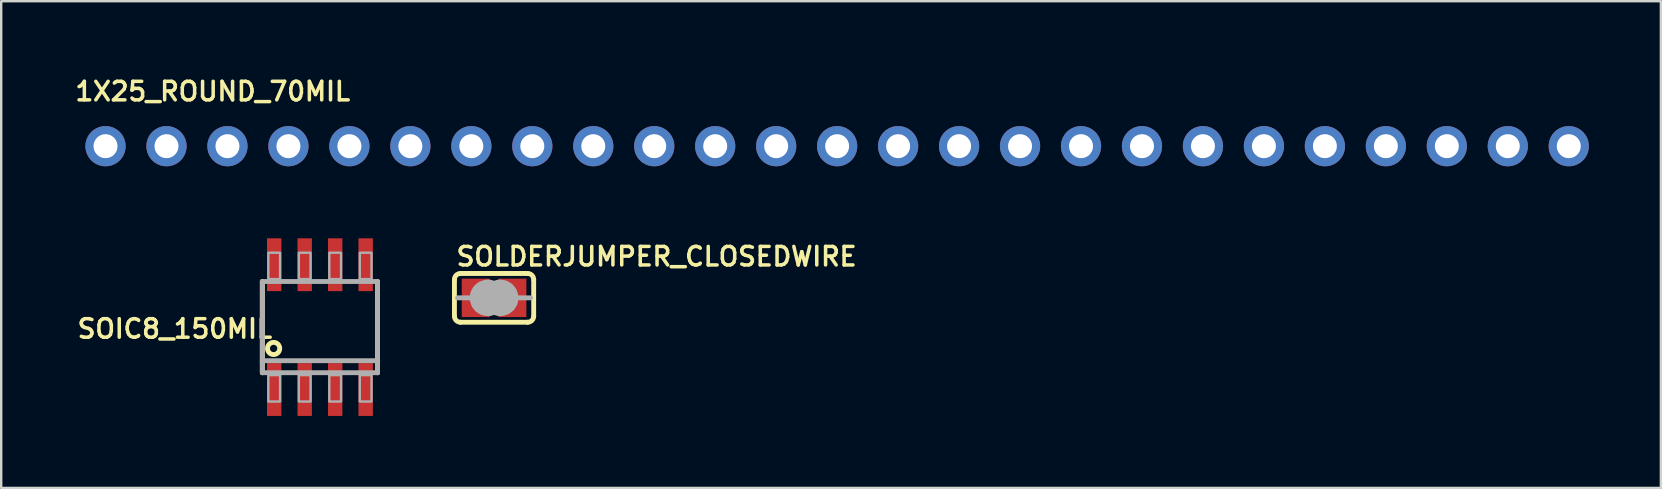
<source format=kicad_pcb>
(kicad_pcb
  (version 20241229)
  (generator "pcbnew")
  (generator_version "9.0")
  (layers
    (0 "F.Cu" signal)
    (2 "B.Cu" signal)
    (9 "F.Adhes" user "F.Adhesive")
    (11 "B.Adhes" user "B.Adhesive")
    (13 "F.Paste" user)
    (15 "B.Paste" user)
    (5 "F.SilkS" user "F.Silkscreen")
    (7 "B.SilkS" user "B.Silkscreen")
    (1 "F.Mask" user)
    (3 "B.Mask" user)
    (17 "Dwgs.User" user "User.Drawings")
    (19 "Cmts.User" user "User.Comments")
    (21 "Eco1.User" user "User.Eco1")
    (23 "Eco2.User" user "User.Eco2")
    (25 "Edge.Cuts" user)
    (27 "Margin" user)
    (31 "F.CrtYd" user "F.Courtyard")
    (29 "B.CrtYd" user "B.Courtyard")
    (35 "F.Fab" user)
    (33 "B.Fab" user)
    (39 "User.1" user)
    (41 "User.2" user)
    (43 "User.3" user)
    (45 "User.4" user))
  (footprint "SOIC8_150MIL"
    (layer "F.Cu")
    (at 10.279 10.578)
    (property "Reference" "SOIC8_150MIL" (at -1.905 -0.381 0) (layer "F.SilkS") (effects (font (size 0.772 0.772) (thickness 0.146)) (justify right top)))
    (attr through_hole)
    (fp_line (start -2.4 1.9) (end -2.4 -1.9) (stroke (width 0.203) (type solid)) (layer "F.SilkS"))
    (fp_line (start 2.4 -1.9) (end 2.4 1.9) (stroke (width 0.203) (type solid)) (layer "F.SilkS"))
    (fp_circle (center -1.93 0.889) (end -1.676 0.889) (stroke (width 0.203) (type solid)) (fill no) (layer "F.SilkS"))
    (fp_line (start -2.4 -1.9) (end 2.4 -1.9) (stroke (width 0.203) (type solid)) (layer "F.Fab"))
    (fp_line (start -2.4 1.4) (end -2.4 -1.9) (stroke (width 0.203) (type solid)) (layer "F.Fab"))
    (fp_line (start -2.4 1.9) (end -2.4 1.4) (stroke (width 0.203) (type solid)) (layer "F.Fab"))
    (fp_line (start 2.4 -1.9) (end 2.4 1.4) (stroke (width 0.203) (type solid)) (layer "F.Fab"))
    (fp_line (start 2.4 1.4) (end -2.4 1.4) (stroke (width 0.203) (type solid)) (layer "F.Fab"))
    (fp_line (start 2.4 1.4) (end 2.4 1.9) (stroke (width 0.203) (type solid)) (layer "F.Fab"))
    (fp_line (start 2.4 1.9) (end -2.4 1.9) (stroke (width 0.203) (type solid)) (layer "F.Fab"))
    (fp_poly (pts (xy -2.15 -2) (xy -1.66 -2) (xy -1.66 -3.1) (xy -2.15 -3.1)) (stroke (width 0.1) (type solid)) (fill no) (layer "F.Fab"))
    (fp_poly (pts (xy -2.15 3.1) (xy -1.66 3.1) (xy -1.66 2) (xy -2.15 2)) (stroke (width 0.1) (type solid)) (fill no) (layer "F.Fab"))
    (fp_poly (pts (xy -0.88 -2) (xy -0.39 -2) (xy -0.39 -3.1) (xy -0.88 -3.1)) (stroke (width 0.1) (type solid)) (fill no) (layer "F.Fab"))
    (fp_poly (pts (xy -0.88 3.1) (xy -0.39 3.1) (xy -0.39 2) (xy -0.88 2)) (stroke (width 0.1) (type solid)) (fill no) (layer "F.Fab"))
    (fp_poly (pts (xy 0.39 -2) (xy 0.88 -2) (xy 0.88 -3.1) (xy 0.39 -3.1)) (stroke (width 0.1) (type solid)) (fill no) (layer "F.Fab"))
    (fp_poly (pts (xy 0.39 3.1) (xy 0.88 3.1) (xy 0.88 2) (xy 0.39 2)) (stroke (width 0.1) (type solid)) (fill no) (layer "F.Fab"))
    (fp_poly (pts (xy 1.66 -2) (xy 2.15 -2) (xy 2.15 -3.1) (xy 1.66 -3.1)) (stroke (width 0.1) (type solid)) (fill no) (layer "F.Fab"))
    (fp_poly (pts (xy 1.66 3.1) (xy 2.15 3.1) (xy 2.15 2) (xy 1.66 2)) (stroke (width 0.1) (type solid)) (fill no) (layer "F.Fab"))
    (pad "1" smd rect (at -1.905 2.6) (size 0.6 2.2) (layers "F.Cu" "F.Mask" "F.Paste"))
    (pad "2" smd rect (at -0.635 2.6) (size 0.6 2.2) (layers "F.Cu" "F.Mask" "F.Paste"))
    (pad "3" smd rect (at 0.635 2.6) (size 0.6 2.2) (layers "F.Cu" "F.Mask" "F.Paste"))
    (pad "4" smd rect (at 1.905 2.6) (size 0.6 2.2) (layers "F.Cu" "F.Mask" "F.Paste"))
    (pad "5" smd rect (at 1.905 -2.6) (size 0.6 2.2) (layers "F.Cu" "F.Mask" "F.Paste"))
    (pad "6" smd rect (at 0.635 -2.6) (size 0.6 2.2) (layers "F.Cu" "F.Mask" "F.Paste"))
    (pad "7" smd rect (at -0.635 -2.6) (size 0.6 2.2) (layers "F.Cu" "F.Mask" "F.Paste"))
    (pad "8" smd rect (at -1.905 -2.6) (size 0.6 2.2) (layers "F.Cu" "F.Mask" "F.Paste")))
  (footprint "SOLDERJUMPER_CLOSEDWIRE"
    (layer "F.Cu")
    (at 17.533 9.359)
    (property "Reference" "SOLDERJUMPER_CLOSEDWIRE" (at -1.651 -1.27 0) (layer "F.SilkS") (effects (font (size 0.772 0.772) (thickness 0.146)) (justify left bottom)))
    (attr through_hole)
    (fp_poly (pts (xy -1.27 -0.762) (xy 1.27 -0.762) (xy 1.27 0.762) (xy -1.27 0.762)) (stroke (width 0) (type solid)) (fill yes) (layer "F.Mask"))
    (fp_line (start -1.651 0.762) (end -1.651 -0.762) (stroke (width 0.203) (type solid)) (layer "F.SilkS"))
    (fp_line (start -1.397 -1.016) (end 1.397 -1.016) (stroke (width 0.203) (type solid)) (layer "F.SilkS"))
    (fp_line (start 1.397 1.016) (end -1.397 1.016) (stroke (width 0.203) (type solid)) (layer "F.SilkS"))
    (fp_line (start 1.651 0.762) (end 1.651 -0.762) (stroke (width 0.203) (type solid)) (layer "F.SilkS"))
    (fp_arc (start -1.651 -0.762) (mid -1.576605 -0.941605) (end -1.397 -1.016) (stroke (width 0.2032) (type solid)) (layer "F.SilkS"))
    (fp_arc (start -1.397 1.016) (mid -1.576605 0.941605) (end -1.651 0.762) (stroke (width 0.2032) (type solid)) (layer "F.SilkS"))
    (fp_arc (start 1.397 -1.016) (mid 1.576605 -0.941605) (end 1.651 -0.762) (stroke (width 0.2032) (type solid)) (layer "F.SilkS"))
    (fp_arc (start 1.651 0.762) (mid 1.576605 0.941605) (end 1.397 1.016) (stroke (width 0.2032) (type solid)) (layer "F.SilkS"))
    (fp_line (start -1.016 0) (end -1.524 0) (stroke (width 0.203) (type solid)) (layer "F.Fab"))
    (fp_line (start 1.016 0) (end 1.524 0) (stroke (width 0.203) (type solid)) (layer "F.Fab"))
    (fp_arc (start -0.254 0.127) (mid -0.381 0) (end -0.254 -0.127) (stroke (width 1.27) (type solid)) (layer "F.Fab"))
    (fp_arc (start 0.254 -0.127) (mid 0.381 0) (end 0.254 0.127) (stroke (width 1.27) (type solid)) (layer "F.Fab"))
    (pad "1" smd rect (at -0.762 0) (size 1.168 1.6) (layers "F.Cu" "F.Mask"))
    (pad "2" smd rect (at 0.762 0) (size 1.168 1.6) (layers "F.Cu" "F.Mask"))
    (pad "WIRE" smd rect (at 0 0) (size 0.635 0.203) (layers "F.Cu" "F.Mask")))
  (footprint "1X25_ROUND_70MIL"
    (layer "F.Cu")
    (at 31.826 3.04)
    (property "Reference" "1X25_ROUND_70MIL" (at -31.826 -1.829 0) (layer "F.SilkS") (effects (font (size 0.772 0.772) (thickness 0.146)) (justify left bottom)))
    (attr through_hole)
    (pad "1" thru_hole circle (at -30.48 0 90) (size 1.676 1.676) (drill 1) (layers "*.Cu" "*.Mask"))
    (pad "2" thru_hole circle (at -27.94 0 90) (size 1.676 1.676) (drill 1) (layers "*.Cu" "*.Mask"))
    (pad "3" thru_hole circle (at -25.4 0 90) (size 1.676 1.676) (drill 1) (layers "*.Cu" "*.Mask"))
    (pad "4" thru_hole circle (at -22.86 0 90) (size 1.676 1.676) (drill 1) (layers "*.Cu" "*.Mask"))
    (pad "5" thru_hole circle (at -20.32 0 90) (size 1.676 1.676) (drill 1) (layers "*.Cu" "*.Mask"))
    (pad "6" thru_hole circle (at -17.78 0 90) (size 1.676 1.676) (drill 1) (layers "*.Cu" "*.Mask"))
    (pad "7" thru_hole circle (at -15.24 0 90) (size 1.676 1.676) (drill 1) (layers "*.Cu" "*.Mask"))
    (pad "8" thru_hole circle (at -12.7 0 90) (size 1.676 1.676) (drill 1) (layers "*.Cu" "*.Mask"))
    (pad "9" thru_hole circle (at -10.16 0 90) (size 1.676 1.676) (drill 1) (layers "*.Cu" "*.Mask"))
    (pad "10" thru_hole circle (at -7.62 0 90) (size 1.676 1.676) (drill 1) (layers "*.Cu" "*.Mask"))
    (pad "11" thru_hole circle (at -5.08 0 90) (size 1.676 1.676) (drill 1) (layers "*.Cu" "*.Mask"))
    (pad "12" thru_hole circle (at -2.54 0 90) (size 1.676 1.676) (drill 1) (layers "*.Cu" "*.Mask"))
    (pad "13" thru_hole circle (at 0 0 90) (size 1.676 1.676) (drill 1) (layers "*.Cu" "*.Mask"))
    (pad "14" thru_hole circle (at 2.54 0 90) (size 1.676 1.676) (drill 1) (layers "*.Cu" "*.Mask"))
    (pad "15" thru_hole circle (at 5.08 0 90) (size 1.676 1.676) (drill 1) (layers "*.Cu" "*.Mask"))
    (pad "16" thru_hole circle (at 7.62 0 90) (size 1.676 1.676) (drill 1) (layers "*.Cu" "*.Mask"))
    (pad "17" thru_hole circle (at 10.16 0 90) (size 1.676 1.676) (drill 1) (layers "*.Cu" "*.Mask"))
    (pad "18" thru_hole circle (at 12.7 0 90) (size 1.676 1.676) (drill 1) (layers "*.Cu" "*.Mask"))
    (pad "19" thru_hole circle (at 15.24 0 90) (size 1.676 1.676) (drill 1) (layers "*.Cu" "*.Mask"))
    (pad "20" thru_hole circle (at 17.78 0 90) (size 1.676 1.676) (drill 1) (layers "*.Cu" "*.Mask"))
    (pad "21" thru_hole circle (at 20.32 0 90) (size 1.676 1.676) (drill 1) (layers "*.Cu" "*.Mask"))
    (pad "22" thru_hole circle (at 22.86 0 90) (size 1.676 1.676) (drill 1) (layers "*.Cu" "*.Mask"))
    (pad "23" thru_hole circle (at 25.4 0 90) (size 1.676 1.676) (drill 1) (layers "*.Cu" "*.Mask"))
    (pad "24" thru_hole circle (at 27.94 0 90) (size 1.676 1.676) (drill 1) (layers "*.Cu" "*.Mask"))
    (pad "25" thru_hole circle (at 30.48 0 90) (size 1.676 1.676) (drill 1) (layers "*.Cu" "*.Mask")))
  (gr_rect
    (start -3 -3)
    (end 66.144 17.278)
    (stroke (width 0.1) (type default))
    (fill no)
    (layer "Edge.Cuts")))
</source>
